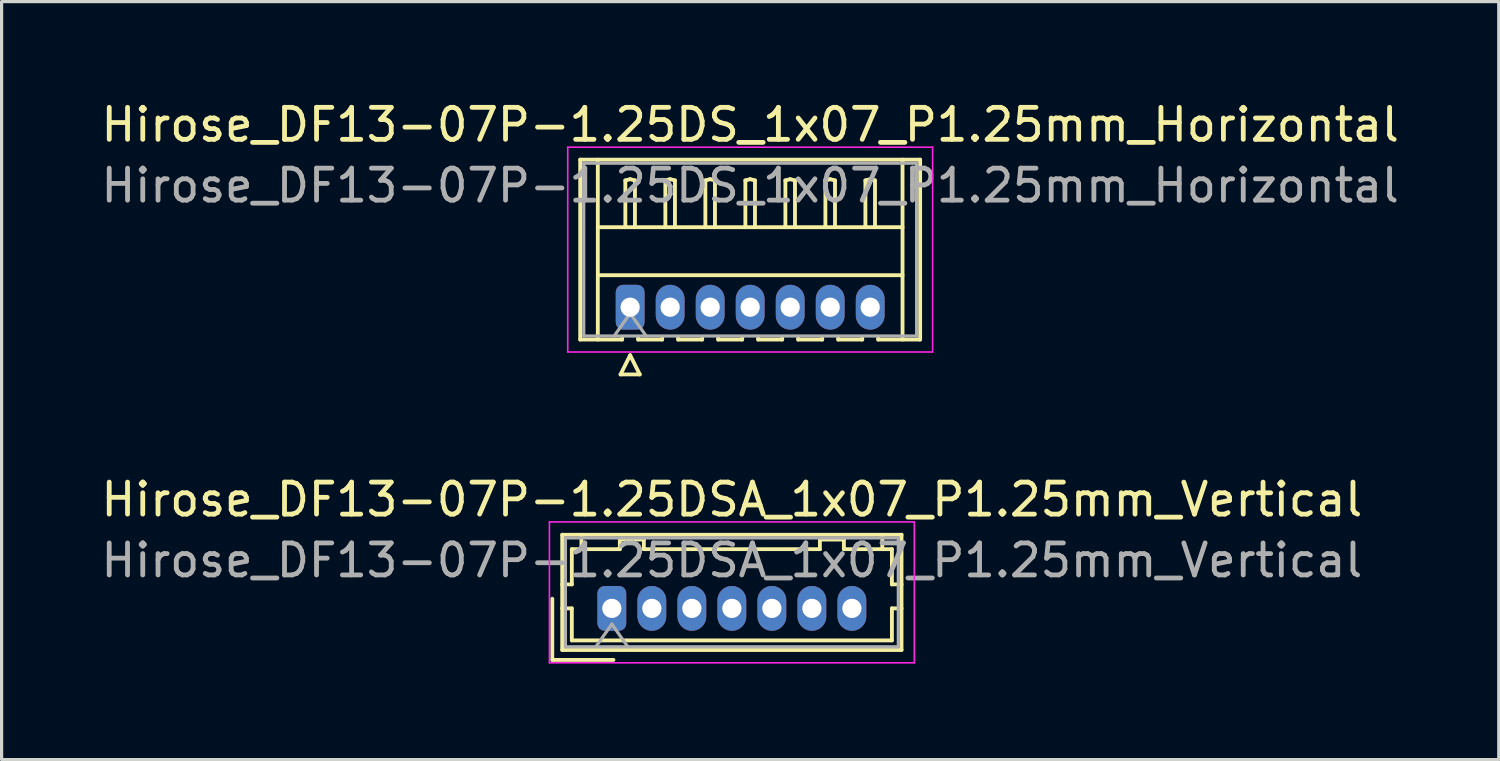
<source format=kicad_pcb>
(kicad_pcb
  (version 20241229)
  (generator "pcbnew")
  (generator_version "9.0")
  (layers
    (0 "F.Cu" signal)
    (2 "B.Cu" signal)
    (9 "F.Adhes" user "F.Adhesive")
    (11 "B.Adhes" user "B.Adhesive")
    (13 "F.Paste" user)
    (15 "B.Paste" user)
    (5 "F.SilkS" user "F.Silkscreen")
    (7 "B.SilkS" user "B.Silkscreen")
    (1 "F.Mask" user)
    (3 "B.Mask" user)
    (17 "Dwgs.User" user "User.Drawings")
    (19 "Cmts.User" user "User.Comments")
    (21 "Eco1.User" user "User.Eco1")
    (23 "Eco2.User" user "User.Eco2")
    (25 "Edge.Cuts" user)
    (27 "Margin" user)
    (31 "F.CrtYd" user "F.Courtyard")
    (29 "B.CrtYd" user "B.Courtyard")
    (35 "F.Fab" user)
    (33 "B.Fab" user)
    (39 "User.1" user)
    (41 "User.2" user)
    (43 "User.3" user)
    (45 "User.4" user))
  (footprint "Hirose_DF13-07P-1.25DSA_1x07_P1.25mm_Vertical"
    (layer "F.Cu")
    (at 16.065 15.957)
    (property "Reference" "Hirose_DF13-07P-1.25DSA_1x07_P1.25mm_Vertical" (at 3.75 -3.4 0) (layer "F.SilkS") (effects (font (size 1 1) (thickness 0.15))))
    (attr through_hole)
    (fp_line (start -1.86 -0.3) (end -1.86 1.61) (stroke (width 0.12) (type solid)) (layer "F.SilkS"))
    (fp_line (start -1.86 1.61) (end 0.05 1.61) (stroke (width 0.12) (type solid)) (layer "F.SilkS"))
    (fp_line (start -1.55 -2.3) (end -1.55 1.3) (stroke (width 0.12) (type solid)) (layer "F.SilkS"))
    (fp_line (start -1.55 -0.75) (end -1.25 -0.75) (stroke (width 0.12) (type solid)) (layer "F.SilkS"))
    (fp_line (start -1.55 0) (end -1.25 0) (stroke (width 0.12) (type solid)) (layer "F.SilkS"))
    (fp_line (start -1.55 1.3) (end 9.05 1.3) (stroke (width 0.12) (type solid)) (layer "F.SilkS"))
    (fp_line (start -1.25 -1.85) (end -0.95 -1.85) (stroke (width 0.12) (type solid)) (layer "F.SilkS"))
    (fp_line (start -1.25 -0.75) (end -1.25 -1.85) (stroke (width 0.12) (type solid)) (layer "F.SilkS"))
    (fp_line (start -1.25 0) (end -1.25 1) (stroke (width 0.12) (type solid)) (layer "F.SilkS"))
    (fp_line (start -1.25 1) (end 8.75 1) (stroke (width 0.12) (type solid)) (layer "F.SilkS"))
    (fp_line (start -0.95 -1.85) (end -0.95 -2.3) (stroke (width 0.12) (type solid)) (layer "F.SilkS"))
    (fp_line (start -0.95 -1.85) (end 0.25 -1.85) (stroke (width 0.12) (type solid)) (layer "F.SilkS"))
    (fp_line (start 0.25 -2.15) (end 1 -2.15) (stroke (width 0.12) (type solid)) (layer "F.SilkS"))
    (fp_line (start 0.25 -1.85) (end 0.25 -2.15) (stroke (width 0.12) (type solid)) (layer "F.SilkS"))
    (fp_line (start 1 -2.15) (end 1 -1.85) (stroke (width 0.12) (type solid)) (layer "F.SilkS"))
    (fp_line (start 1 -1.85) (end 6.5 -1.85) (stroke (width 0.12) (type solid)) (layer "F.SilkS"))
    (fp_line (start 6.5 -2.15) (end 7.25 -2.15) (stroke (width 0.12) (type solid)) (layer "F.SilkS"))
    (fp_line (start 6.5 -1.85) (end 6.5 -2.15) (stroke (width 0.12) (type solid)) (layer "F.SilkS"))
    (fp_line (start 7.25 -2.15) (end 7.25 -1.85) (stroke (width 0.12) (type solid)) (layer "F.SilkS"))
    (fp_line (start 7.25 -1.85) (end 8.45 -1.85) (stroke (width 0.12) (type solid)) (layer "F.SilkS"))
    (fp_line (start 8.45 -1.85) (end 8.45 -2.3) (stroke (width 0.12) (type solid)) (layer "F.SilkS"))
    (fp_line (start 8.75 -1.85) (end 8.45 -1.85) (stroke (width 0.12) (type solid)) (layer "F.SilkS"))
    (fp_line (start 8.75 -0.75) (end 8.75 -1.85) (stroke (width 0.12) (type solid)) (layer "F.SilkS"))
    (fp_line (start 8.75 0) (end 9.05 0) (stroke (width 0.12) (type solid)) (layer "F.SilkS"))
    (fp_line (start 8.75 1) (end 8.75 0) (stroke (width 0.12) (type solid)) (layer "F.SilkS"))
    (fp_line (start 9.05 -2.3) (end -1.55 -2.3) (stroke (width 0.12) (type solid)) (layer "F.SilkS"))
    (fp_line (start 9.05 -0.75) (end 8.75 -0.75) (stroke (width 0.12) (type solid)) (layer "F.SilkS"))
    (fp_line (start 9.05 1.3) (end 9.05 -2.3) (stroke (width 0.12) (type solid)) (layer "F.SilkS"))
    (fp_line (start -1.95 -2.7) (end -1.95 1.7) (stroke (width 0.05) (type solid)) (layer "F.CrtYd"))
    (fp_line (start -1.95 1.7) (end 9.45 1.7) (stroke (width 0.05) (type solid)) (layer "F.CrtYd"))
    (fp_line (start 9.45 -2.7) (end -1.95 -2.7) (stroke (width 0.05) (type solid)) (layer "F.CrtYd"))
    (fp_line (start 9.45 1.7) (end 9.45 -2.7) (stroke (width 0.05) (type solid)) (layer "F.CrtYd"))
    (fp_line (start -1.45 -2.2) (end -1.45 1.2) (stroke (width 0.1) (type solid)) (layer "F.Fab"))
    (fp_line (start -1.45 1.2) (end 8.95 1.2) (stroke (width 0.1) (type solid)) (layer "F.Fab"))
    (fp_line (start -0.5 1.2) (end 0 0.493) (stroke (width 0.1) (type solid)) (layer "F.Fab"))
    (fp_line (start 0 0.493) (end 0.5 1.2) (stroke (width 0.1) (type solid)) (layer "F.Fab"))
    (fp_line (start 8.95 -2.2) (end -1.45 -2.2) (stroke (width 0.1) (type solid)) (layer "F.Fab"))
    (fp_line (start 8.95 1.2) (end 8.95 -2.2) (stroke (width 0.1) (type solid)) (layer "F.Fab"))
    (fp_text user "${REFERENCE}" (at 3.75 -1.5 0) (layer "F.Fab") (effects (font (size 1 1) (thickness 0.15))))
    (pad "1" thru_hole roundrect (at 0 0) (size 0.9 1.4) (drill 0.6) (layers "*.Cu" "*.Mask") (roundrect_rratio 0.25))
    (pad "2" thru_hole oval (at 1.25 0) (size 0.9 1.4) (drill 0.6) (layers "*.Cu" "*.Mask"))
    (pad "3" thru_hole oval (at 2.5 0) (size 0.9 1.4) (drill 0.6) (layers "*.Cu" "*.Mask"))
    (pad "4" thru_hole oval (at 3.75 0) (size 0.9 1.4) (drill 0.6) (layers "*.Cu" "*.Mask"))
    (pad "5" thru_hole oval (at 5 0) (size 0.9 1.4) (drill 0.6) (layers "*.Cu" "*.Mask"))
    (pad "6" thru_hole oval (at 6.25 0) (size 0.9 1.4) (drill 0.6) (layers "*.Cu" "*.Mask"))
    (pad "7" thru_hole oval (at 7.5 0) (size 0.9 1.4) (drill 0.6) (layers "*.Cu" "*.Mask")))
  (footprint "Hirose_DF13-07P-1.25DS_1x07_P1.25mm_Horizontal"
    (layer "F.Cu")
    (at 16.637 6.548)
    (property "Reference" "Hirose_DF13-07P-1.25DS_1x07_P1.25mm_Horizontal" (at 3.75 -5.7 0) (layer "F.SilkS") (effects (font (size 1 1) (thickness 0.15))))
    (attr through_hole)
    (fp_line (start -1.56 -4.61) (end 9.06 -4.61) (stroke (width 0.12) (type solid)) (layer "F.SilkS"))
    (fp_line (start -1.56 1.01) (end -1.56 -4.61) (stroke (width 0.12) (type solid)) (layer "F.SilkS"))
    (fp_line (start -1.01 -4.61) (end -1.01 1.01) (stroke (width 0.12) (type solid)) (layer "F.SilkS"))
    (fp_line (start -1.01 -2.5) (end 8.51 -2.5) (stroke (width 0.12) (type solid)) (layer "F.SilkS"))
    (fp_line (start -1.01 -1) (end 8.51 -1) (stroke (width 0.12) (type solid)) (layer "F.SilkS"))
    (fp_line (start -0.3 2.1) (end 0.3 2.1) (stroke (width 0.12) (type solid)) (layer "F.SilkS"))
    (fp_line (start -0.25 0.96) (end -0.25 1.01) (stroke (width 0.12) (type solid)) (layer "F.SilkS"))
    (fp_line (start -0.25 1.01) (end -1.56 1.01) (stroke (width 0.12) (type solid)) (layer "F.SilkS"))
    (fp_line (start -0.15 -3.962) (end 0 -4) (stroke (width 0.12) (type solid)) (layer "F.SilkS"))
    (fp_line (start -0.15 -2.5) (end -0.15 -3.962) (stroke (width 0.12) (type solid)) (layer "F.SilkS"))
    (fp_line (start 0 -4) (end 0.15 -3.962) (stroke (width 0.12) (type solid)) (layer "F.SilkS"))
    (fp_line (start 0 1.5) (end -0.3 2.1) (stroke (width 0.12) (type solid)) (layer "F.SilkS"))
    (fp_line (start 0.15 -3.962) (end 0.15 -2.5) (stroke (width 0.12) (type solid)) (layer "F.SilkS"))
    (fp_line (start 0.25 0.96) (end 0.25 1.01) (stroke (width 0.12) (type solid)) (layer "F.SilkS"))
    (fp_line (start 0.25 1.01) (end 1 1.01) (stroke (width 0.12) (type solid)) (layer "F.SilkS"))
    (fp_line (start 0.3 2.1) (end 0 1.5) (stroke (width 0.12) (type solid)) (layer "F.SilkS"))
    (fp_line (start 1 1.01) (end 1 0.96) (stroke (width 0.12) (type solid)) (layer "F.SilkS"))
    (fp_line (start 1.1 -3.962) (end 1.25 -4) (stroke (width 0.12) (type solid)) (layer "F.SilkS"))
    (fp_line (start 1.1 -2.5) (end 1.1 -3.962) (stroke (width 0.12) (type solid)) (layer "F.SilkS"))
    (fp_line (start 1.25 -4) (end 1.4 -3.962) (stroke (width 0.12) (type solid)) (layer "F.SilkS"))
    (fp_line (start 1.4 -3.962) (end 1.4 -2.5) (stroke (width 0.12) (type solid)) (layer "F.SilkS"))
    (fp_line (start 1.5 0.96) (end 1.5 1.01) (stroke (width 0.12) (type solid)) (layer "F.SilkS"))
    (fp_line (start 1.5 1.01) (end 2.25 1.01) (stroke (width 0.12) (type solid)) (layer "F.SilkS"))
    (fp_line (start 2.25 1.01) (end 2.25 0.96) (stroke (width 0.12) (type solid)) (layer "F.SilkS"))
    (fp_line (start 2.35 -3.962) (end 2.5 -4) (stroke (width 0.12) (type solid)) (layer "F.SilkS"))
    (fp_line (start 2.35 -2.5) (end 2.35 -3.962) (stroke (width 0.12) (type solid)) (layer "F.SilkS"))
    (fp_line (start 2.5 -4) (end 2.65 -3.962) (stroke (width 0.12) (type solid)) (layer "F.SilkS"))
    (fp_line (start 2.65 -3.962) (end 2.65 -2.5) (stroke (width 0.12) (type solid)) (layer "F.SilkS"))
    (fp_line (start 2.75 0.96) (end 2.75 1.01) (stroke (width 0.12) (type solid)) (layer "F.SilkS"))
    (fp_line (start 2.75 1.01) (end 3.5 1.01) (stroke (width 0.12) (type solid)) (layer "F.SilkS"))
    (fp_line (start 3.5 1.01) (end 3.5 0.96) (stroke (width 0.12) (type solid)) (layer "F.SilkS"))
    (fp_line (start 3.6 -3.962) (end 3.75 -4) (stroke (width 0.12) (type solid)) (layer "F.SilkS"))
    (fp_line (start 3.6 -2.5) (end 3.6 -3.962) (stroke (width 0.12) (type solid)) (layer "F.SilkS"))
    (fp_line (start 3.75 -4) (end 3.9 -3.962) (stroke (width 0.12) (type solid)) (layer "F.SilkS"))
    (fp_line (start 3.9 -3.962) (end 3.9 -2.5) (stroke (width 0.12) (type solid)) (layer "F.SilkS"))
    (fp_line (start 4 0.96) (end 4 1.01) (stroke (width 0.12) (type solid)) (layer "F.SilkS"))
    (fp_line (start 4 1.01) (end 4.75 1.01) (stroke (width 0.12) (type solid)) (layer "F.SilkS"))
    (fp_line (start 4.75 1.01) (end 4.75 0.96) (stroke (width 0.12) (type solid)) (layer "F.SilkS"))
    (fp_line (start 4.85 -3.962) (end 5 -4) (stroke (width 0.12) (type solid)) (layer "F.SilkS"))
    (fp_line (start 4.85 -2.5) (end 4.85 -3.962) (stroke (width 0.12) (type solid)) (layer "F.SilkS"))
    (fp_line (start 5 -4) (end 5.15 -3.962) (stroke (width 0.12) (type solid)) (layer "F.SilkS"))
    (fp_line (start 5.15 -3.962) (end 5.15 -2.5) (stroke (width 0.12) (type solid)) (layer "F.SilkS"))
    (fp_line (start 5.25 0.96) (end 5.25 1.01) (stroke (width 0.12) (type solid)) (layer "F.SilkS"))
    (fp_line (start 5.25 1.01) (end 6 1.01) (stroke (width 0.12) (type solid)) (layer "F.SilkS"))
    (fp_line (start 6 1.01) (end 6 0.96) (stroke (width 0.12) (type solid)) (layer "F.SilkS"))
    (fp_line (start 6.1 -3.962) (end 6.25 -4) (stroke (width 0.12) (type solid)) (layer "F.SilkS"))
    (fp_line (start 6.1 -2.5) (end 6.1 -3.962) (stroke (width 0.12) (type solid)) (layer "F.SilkS"))
    (fp_line (start 6.25 -4) (end 6.4 -3.962) (stroke (width 0.12) (type solid)) (layer "F.SilkS"))
    (fp_line (start 6.4 -3.962) (end 6.4 -2.5) (stroke (width 0.12) (type solid)) (layer "F.SilkS"))
    (fp_line (start 6.5 0.96) (end 6.5 1.01) (stroke (width 0.12) (type solid)) (layer "F.SilkS"))
    (fp_line (start 6.5 1.01) (end 7.25 1.01) (stroke (width 0.12) (type solid)) (layer "F.SilkS"))
    (fp_line (start 7.25 1.01) (end 7.25 0.96) (stroke (width 0.12) (type solid)) (layer "F.SilkS"))
    (fp_line (start 7.35 -3.962) (end 7.5 -4) (stroke (width 0.12) (type solid)) (layer "F.SilkS"))
    (fp_line (start 7.35 -2.5) (end 7.35 -3.962) (stroke (width 0.12) (type solid)) (layer "F.SilkS"))
    (fp_line (start 7.5 -4) (end 7.65 -3.962) (stroke (width 0.12) (type solid)) (layer "F.SilkS"))
    (fp_line (start 7.65 -3.962) (end 7.65 -2.5) (stroke (width 0.12) (type solid)) (layer "F.SilkS"))
    (fp_line (start 7.75 1.01) (end 7.75 0.96) (stroke (width 0.12) (type solid)) (layer "F.SilkS"))
    (fp_line (start 8.51 -4.61) (end 8.51 1.01) (stroke (width 0.12) (type solid)) (layer "F.SilkS"))
    (fp_line (start 9.06 -4.61) (end 9.06 1.01) (stroke (width 0.12) (type solid)) (layer "F.SilkS"))
    (fp_line (start 9.06 1.01) (end 7.75 1.01) (stroke (width 0.12) (type solid)) (layer "F.SilkS"))
    (fp_line (start -1.95 -5) (end -1.95 1.4) (stroke (width 0.05) (type solid)) (layer "F.CrtYd"))
    (fp_line (start -1.95 1.4) (end 9.45 1.4) (stroke (width 0.05) (type solid)) (layer "F.CrtYd"))
    (fp_line (start 9.45 -5) (end -1.95 -5) (stroke (width 0.05) (type solid)) (layer "F.CrtYd"))
    (fp_line (start 9.45 1.4) (end 9.45 -5) (stroke (width 0.05) (type solid)) (layer "F.CrtYd"))
    (fp_line (start -1.45 -4.5) (end -1.45 0.9) (stroke (width 0.1) (type solid)) (layer "F.Fab"))
    (fp_line (start -1.45 0.9) (end 8.95 0.9) (stroke (width 0.1) (type solid)) (layer "F.Fab"))
    (fp_line (start -0.5 0.9) (end 0 0.193) (stroke (width 0.1) (type solid)) (layer "F.Fab"))
    (fp_line (start 0 0.193) (end 0.5 0.9) (stroke (width 0.1) (type solid)) (layer "F.Fab"))
    (fp_line (start 8.95 -4.5) (end -1.45 -4.5) (stroke (width 0.1) (type solid)) (layer "F.Fab"))
    (fp_line (start 8.95 0.9) (end 8.95 -4.5) (stroke (width 0.1) (type solid)) (layer "F.Fab"))
    (fp_text user "${REFERENCE}" (at 3.75 -3.8 0) (layer "F.Fab") (effects (font (size 1 1) (thickness 0.15))))
    (pad "1" thru_hole roundrect (at 0 0) (size 0.9 1.4) (drill 0.6) (layers "*.Cu" "*.Mask") (roundrect_rratio 0.25))
    (pad "2" thru_hole oval (at 1.25 0) (size 0.9 1.4) (drill 0.6) (layers "*.Cu" "*.Mask"))
    (pad "3" thru_hole oval (at 2.5 0) (size 0.9 1.4) (drill 0.6) (layers "*.Cu" "*.Mask"))
    (pad "4" thru_hole oval (at 3.75 0) (size 0.9 1.4) (drill 0.6) (layers "*.Cu" "*.Mask"))
    (pad "5" thru_hole oval (at 5 0) (size 0.9 1.4) (drill 0.6) (layers "*.Cu" "*.Mask"))
    (pad "6" thru_hole oval (at 6.25 0) (size 0.9 1.4) (drill 0.6) (layers "*.Cu" "*.Mask"))
    (pad "7" thru_hole oval (at 7.5 0) (size 0.9 1.4) (drill 0.6) (layers "*.Cu" "*.Mask")))
  (gr_rect
    (start -3 -3)
    (end 43.774 20.681)
    (stroke (width 0.1) (type default))
    (fill no)
    (layer "Edge.Cuts")))
</source>
